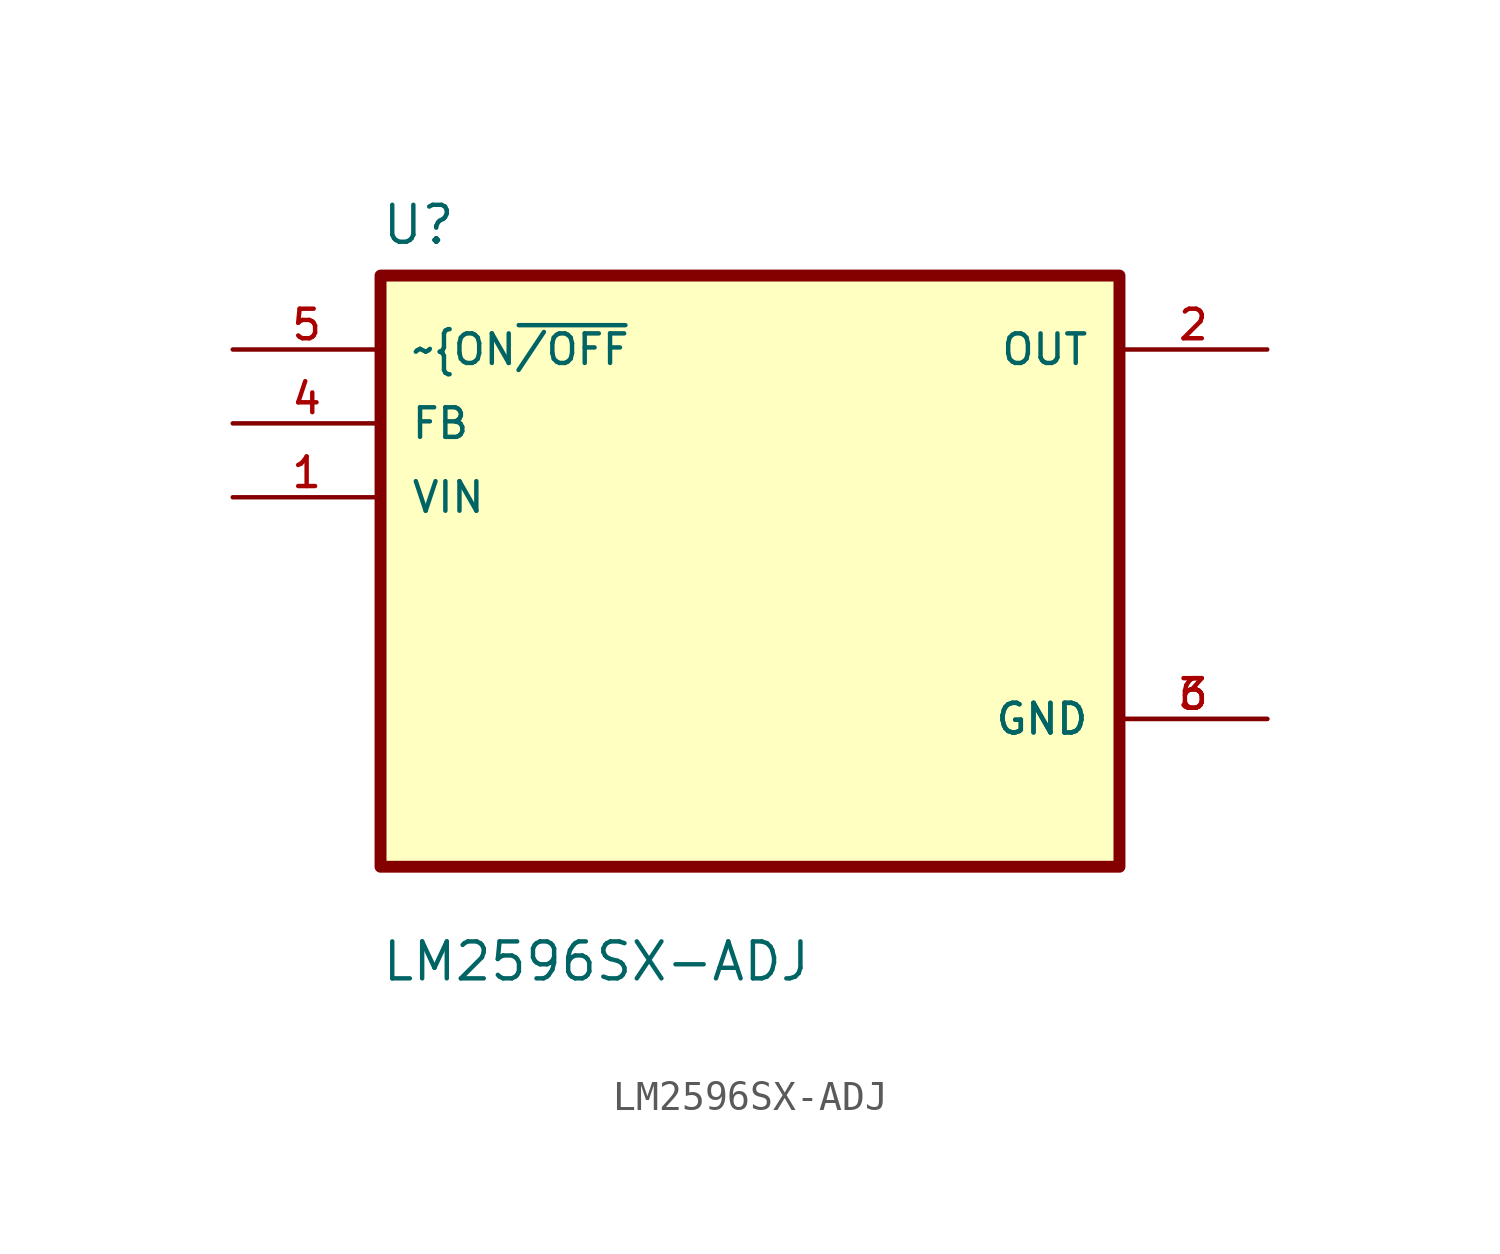
<source format=kicad_sym>
(kicad_symbol_lib
  (version 20211014)
  (generator kicad_symbol_editor)
  (symbol "LM2596SX-ADJ"
    (pin_names
      (offset 1.016))
    (property "Reference" "U"
      (at -12.7 11.16 0.0)
      (effects (font (size 1.27 1.27)) (justify bottom left)))
    (property "Value" "LM2596SX-ADJ"
      (at -12.7 -14.16 0.0)
      (effects (font (size 1.27 1.27)) (justify bottom left)))
    (symbol "LM2596SX-ADJ_0_0"
      (rectangle (start -12.7 -10.16) (end 12.7 10.16) (stroke (width 0.41)) (fill (type background)))
      (pin input line (at -17.78 7.62 0) (length 5.08) (name "~{ON~{/OFF}" (effects (font (size 1.016 1.016)))) (number "5" (effects (font (size 1.016 1.016)))))
      (pin input line (at -17.78 5.08 0) (length 5.08) (name "FB" (effects (font (size 1.016 1.016)))) (number "4" (effects (font (size 1.016 1.016)))))
      (pin input line (at -17.78 2.54 0) (length 5.08) (name "VIN" (effects (font (size 1.016 1.016)))) (number "1" (effects (font (size 1.016 1.016)))))
      (pin output line (at 17.78 7.62 180.0) (length 5.08) (name "OUT" (effects (font (size 1.016 1.016)))) (number "2" (effects (font (size 1.016 1.016)))))
      (pin power_in line (at 17.78 -5.08 180.0) (length 5.08) (name "GND" (effects (font (size 1.016 1.016)))) (number "3" (effects (font (size 1.016 1.016)))))
      (pin power_in line (at 17.78 -5.08 180.0) (length 5.08) (name "GND" (effects (font (size 1.016 1.016)))) (number "6" (effects (font (size 1.016 1.016))))))))
</source>
